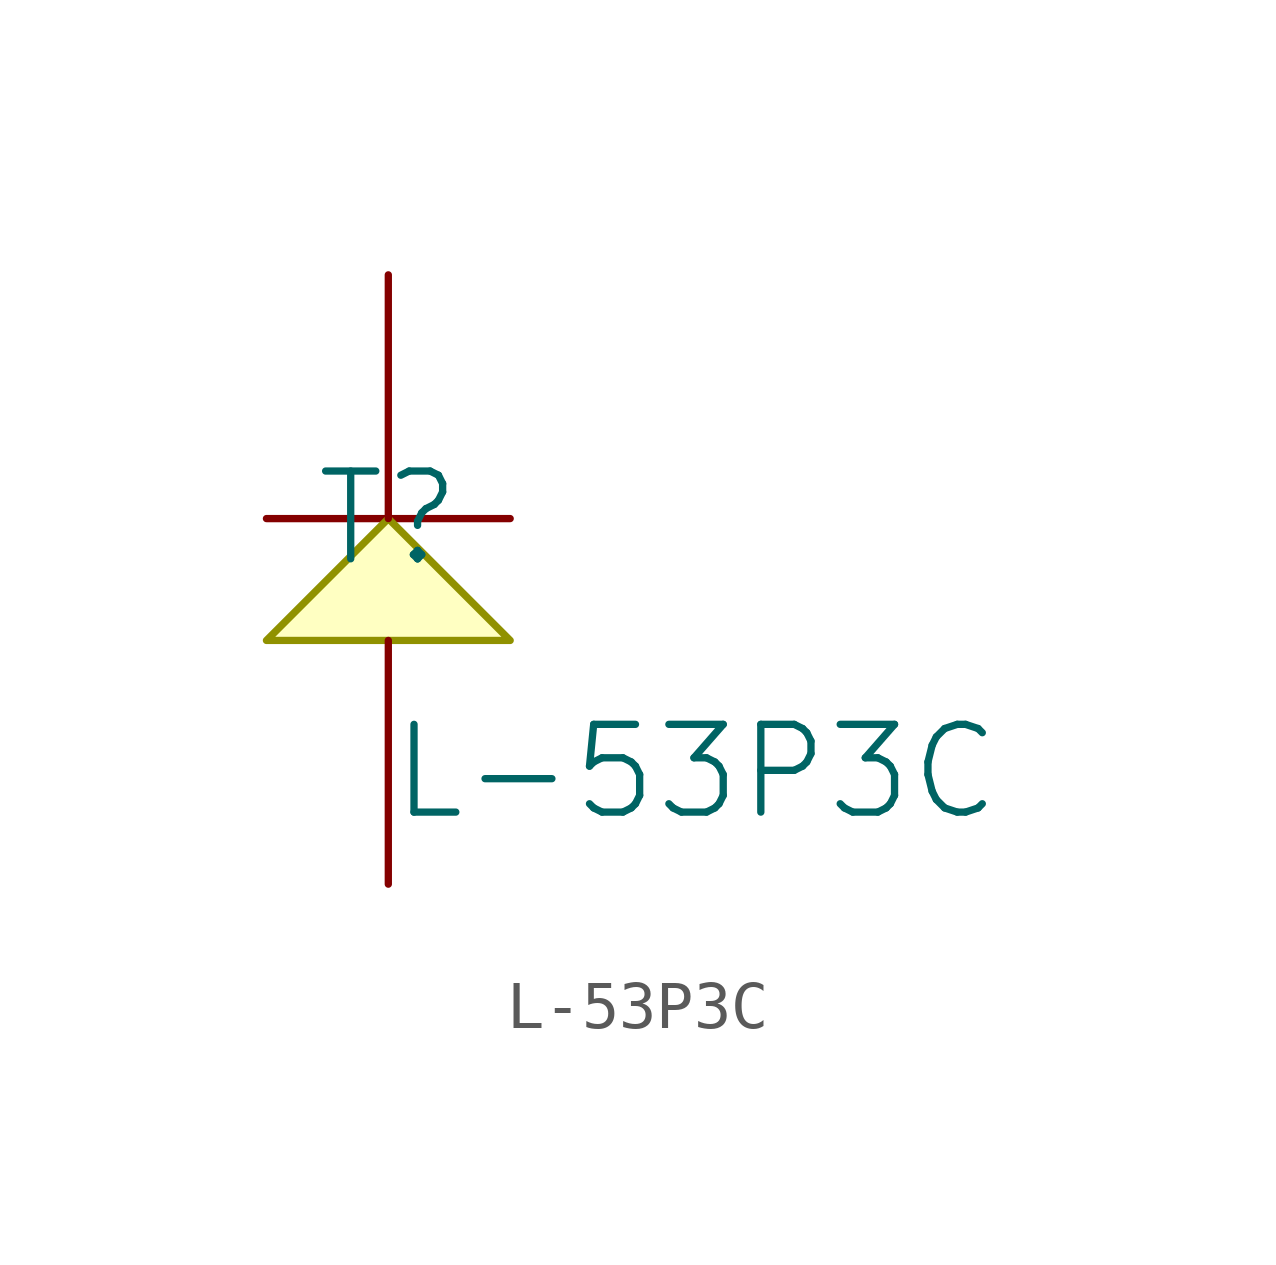
<source format=kicad_sym>
(kicad_symbol_lib
  (version 20241209)
  (generator "kicad_symbol_editor")
  (generator_version "9.0")
  (symbol "L-53P3C"
    (pin_numbers
      (hide yes))
    (pin_names
      (hide yes))
    (property "Reference" "T"
      (at 0 5.08 0)
      (effects (font (size 1.829 1.829))))
    (property "Value" "L-53P3C"
      (at 0 -1.27 0)
      (effects (font (size 1.829 1.829)) (justify left bottom)))
    (symbol "L-53P3C_1_0"
      (polyline (pts (xy -2.54 5.08) (xy 2.54 5.08)) (stroke (width 0) (type solid)) (fill (type none)))
      (polyline (pts (xy -2.54 2.54) (xy 0 5.08) (xy 2.54 2.54) (xy -2.54 2.54)) (stroke (width 0) (type solid) (color 144 145 0 1)) (fill (type background)))
      (pin passive line (at 0 10.16 270) (length 5.08) (name "2" (effects (font (size 1.27 1.27)))) (number "2" (effects (font (size 1.27 1.27)))))
      (pin passive line (at 0 -2.54 90) (length 5.08) (name "1" (effects (font (size 1.27 1.27)))) (number "1" (effects (font (size 1.27 1.27))))))))
</source>
